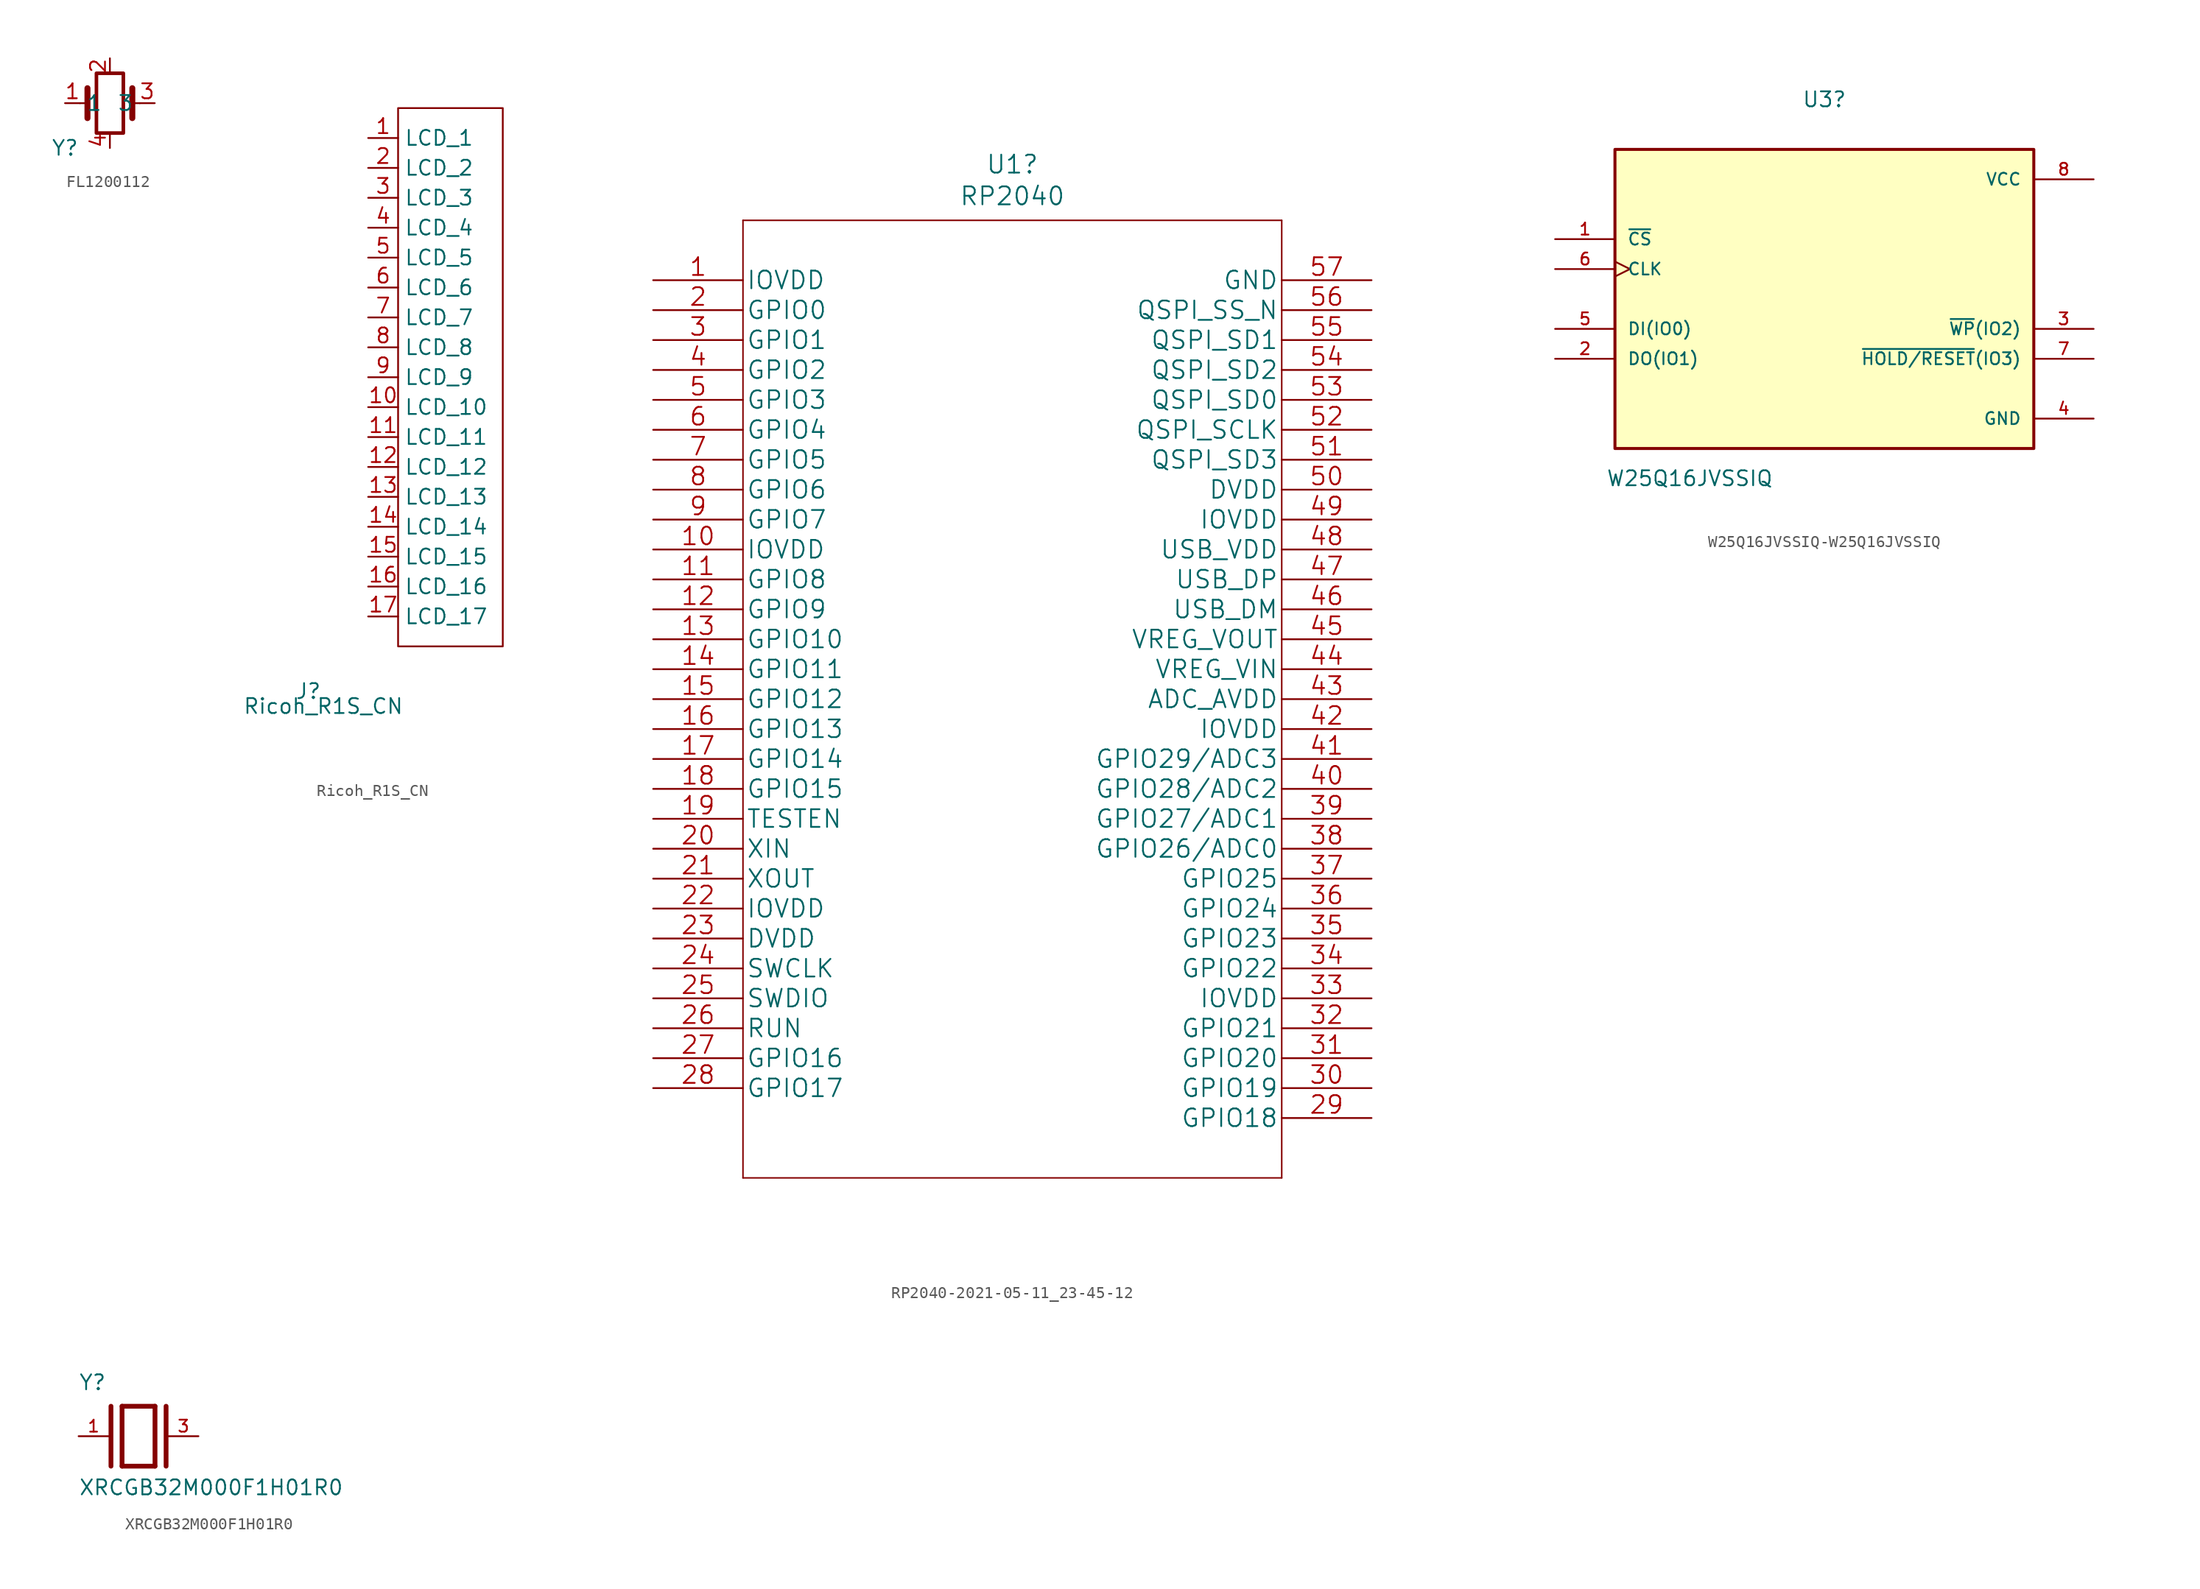
<source format=kicad_sym>
(kicad_symbol_lib
  (version 20220914)
  (generator kicad_symbol_editor)
  (symbol "FL1200112"
    (property "Reference" "Y"
      (at 0 0 0)
      (effects (font (size 1.27 1.27))))
    (property "Value" ""
      (at 0 0 0)
      (effects (font (size 1.27 1.27))))
    (symbol "FL1200112_0_1"
      (polyline (pts (xy 1.27 3.81) (xy 1.905 3.81)) (stroke (width 0) (type default)) (fill (type none)))
      (polyline (pts (xy 1.905 2.54) (xy 1.905 5.08)) (stroke (width 0.508) (type default)) (fill (type none)))
      (polyline (pts (xy 5.715 2.54) (xy 5.715 5.08)) (stroke (width 0.508) (type default)) (fill (type none)))
      (polyline (pts (xy 6.35 3.81) (xy 5.715 3.81)) (stroke (width 0) (type default)) (fill (type none)))
      (rectangle (start 2.667 6.35) (end 4.953 1.27) (stroke (width 0.305) (type default)) (fill (type none))))
    (symbol "FL1200112_1_1"
      (pin passive line (at 0 3.81 0) (length 1.27) (name "1" (effects (font (size 1.27 1.27)))) (number "1" (effects (font (size 1.27 1.27)))))
      (pin free line (at 3.81 7.62 270) (length 1.27) (name "" (effects (font (size 1.27 1.27)))) (number "2" (effects (font (size 1.27 1.27)))))
      (pin passive line (at 7.62 3.81 180) (length 1.27) (name "3" (effects (font (size 1.27 1.27)))) (number "3" (effects (font (size 1.27 1.27)))))
      (pin free line (at 3.81 0 90) (length 1.27) (name "" (effects (font (size 1.27 1.27)))) (number "4" (effects (font (size 1.27 1.27)))))))
  (symbol "Ricoh_R1S_CN"
    (property "Reference" "J"
      (at -7.62 -3.81 0)
      (effects (font (size 1.27 1.27))))
    (property "Value" "Ricoh_R1S_CN"
      (at -6.35 -5.08 0)
      (effects (font (size 1.27 1.27))))
    (symbol "Ricoh_R1S_CN_0_1"
      (rectangle (start 0 45.72) (end 8.89 0) (stroke (width 0) (type default)) (fill (type none))))
    (symbol "Ricoh_R1S_CN_1_1"
      (pin input line (at -2.54 43.18 0) (length 2.54) (name "LCD_1" (effects (font (size 1.27 1.27)))) (number "1" (effects (font (size 1.27 1.27)))))
      (pin input line (at -2.54 20.32 0) (length 2.54) (name "LCD_10" (effects (font (size 1.27 1.27)))) (number "10" (effects (font (size 1.27 1.27)))))
      (pin input line (at -2.54 17.78 0) (length 2.54) (name "LCD_11" (effects (font (size 1.27 1.27)))) (number "11" (effects (font (size 1.27 1.27)))))
      (pin input line (at -2.54 15.24 0) (length 2.54) (name "LCD_12" (effects (font (size 1.27 1.27)))) (number "12" (effects (font (size 1.27 1.27)))))
      (pin input line (at -2.54 12.7 0) (length 2.54) (name "LCD_13" (effects (font (size 1.27 1.27)))) (number "13" (effects (font (size 1.27 1.27)))))
      (pin input line (at -2.54 10.16 0) (length 2.54) (name "LCD_14" (effects (font (size 1.27 1.27)))) (number "14" (effects (font (size 1.27 1.27)))))
      (pin input line (at -2.54 7.62 0) (length 2.54) (name "LCD_15" (effects (font (size 1.27 1.27)))) (number "15" (effects (font (size 1.27 1.27)))))
      (pin input line (at -2.54 5.08 0) (length 2.54) (name "LCD_16" (effects (font (size 1.27 1.27)))) (number "16" (effects (font (size 1.27 1.27)))))
      (pin input line (at -2.54 2.54 0) (length 2.54) (name "LCD_17" (effects (font (size 1.27 1.27)))) (number "17" (effects (font (size 1.27 1.27)))))
      (pin input line (at -2.54 40.64 0) (length 2.54) (name "LCD_2" (effects (font (size 1.27 1.27)))) (number "2" (effects (font (size 1.27 1.27)))))
      (pin input line (at -2.54 38.1 0) (length 2.54) (name "LCD_3" (effects (font (size 1.27 1.27)))) (number "3" (effects (font (size 1.27 1.27)))))
      (pin input line (at -2.54 35.56 0) (length 2.54) (name "LCD_4" (effects (font (size 1.27 1.27)))) (number "4" (effects (font (size 1.27 1.27)))))
      (pin input line (at -2.54 33.02 0) (length 2.54) (name "LCD_5" (effects (font (size 1.27 1.27)))) (number "5" (effects (font (size 1.27 1.27)))))
      (pin input line (at -2.54 30.48 0) (length 2.54) (name "LCD_6" (effects (font (size 1.27 1.27)))) (number "6" (effects (font (size 1.27 1.27)))))
      (pin input line (at -2.54 27.94 0) (length 2.54) (name "LCD_7" (effects (font (size 1.27 1.27)))) (number "7" (effects (font (size 1.27 1.27)))))
      (pin input line (at -2.54 25.4 0) (length 2.54) (name "LCD_8" (effects (font (size 1.27 1.27)))) (number "8" (effects (font (size 1.27 1.27)))))
      (pin input line (at -2.54 22.86 0) (length 2.54) (name "LCD_9" (effects (font (size 1.27 1.27)))) (number "9" (effects (font (size 1.27 1.27)))))))
  (symbol "RP2040-2021-05-11_23-45-12"
    (pin_names
      (offset 0.254))
    (property "Reference" "U1"
      (at 30.48 9.83 0)
      (effects (font (size 1.524 1.524))))
    (property "Value" "RP2040"
      (at 30.48 7.137 0)
      (effects (font (size 1.524 1.524))))
    (property "Datasheet" ""
      (at 0 0 0)
      (effects (font (size 1.524 1.524))))
    (property "ki_locked" ""
      (at 0 0 0)
      (effects (font (size 1.27 1.27))))
    (symbol "RP2040-2021-05-11_23-45-12_1_1"
      (polyline (pts (xy 7.62 -76.2) (xy 53.34 -76.2)) (stroke (width 0.127) (type default)) (fill (type none)))
      (polyline (pts (xy 7.62 5.08) (xy 7.62 -76.2)) (stroke (width 0.127) (type default)) (fill (type none)))
      (polyline (pts (xy 53.34 -76.2) (xy 53.34 5.08)) (stroke (width 0.127) (type default)) (fill (type none)))
      (polyline (pts (xy 53.34 5.08) (xy 7.62 5.08)) (stroke (width 0.127) (type default)) (fill (type none)))
      (pin power_in line (at 0 0 0) (length 7.62) (name "IOVDD" (effects (font (size 1.499 1.499)))) (number "1" (effects (font (size 1.499 1.499)))))
      (pin power_in line (at 0 -22.86 0) (length 7.62) (name "IOVDD" (effects (font (size 1.499 1.499)))) (number "10" (effects (font (size 1.499 1.499)))))
      (pin bidirectional line (at 0 -25.4 0) (length 7.62) (name "GPIO8" (effects (font (size 1.499 1.499)))) (number "11" (effects (font (size 1.499 1.499)))))
      (pin bidirectional line (at 0 -27.94 0) (length 7.62) (name "GPIO9" (effects (font (size 1.499 1.499)))) (number "12" (effects (font (size 1.499 1.499)))))
      (pin bidirectional line (at 0 -30.48 0) (length 7.62) (name "GPIO10" (effects (font (size 1.499 1.499)))) (number "13" (effects (font (size 1.499 1.499)))))
      (pin bidirectional line (at 0 -33.02 0) (length 7.62) (name "GPIO11" (effects (font (size 1.499 1.499)))) (number "14" (effects (font (size 1.499 1.499)))))
      (pin bidirectional line (at 0 -35.56 0) (length 7.62) (name "GPIO12" (effects (font (size 1.499 1.499)))) (number "15" (effects (font (size 1.499 1.499)))))
      (pin bidirectional line (at 0 -38.1 0) (length 7.62) (name "GPIO13" (effects (font (size 1.499 1.499)))) (number "16" (effects (font (size 1.499 1.499)))))
      (pin bidirectional line (at 0 -40.64 0) (length 7.62) (name "GPIO14" (effects (font (size 1.499 1.499)))) (number "17" (effects (font (size 1.499 1.499)))))
      (pin bidirectional line (at 0 -43.18 0) (length 7.62) (name "GPIO15" (effects (font (size 1.499 1.499)))) (number "18" (effects (font (size 1.499 1.499)))))
      (pin unspecified line (at 0 -45.72 0) (length 7.62) (name "TESTEN" (effects (font (size 1.499 1.499)))) (number "19" (effects (font (size 1.499 1.499)))))
      (pin bidirectional line (at 0 -2.54 0) (length 7.62) (name "GPIO0" (effects (font (size 1.499 1.499)))) (number "2" (effects (font (size 1.499 1.499)))))
      (pin unspecified line (at 0 -48.26 0) (length 7.62) (name "XIN" (effects (font (size 1.499 1.499)))) (number "20" (effects (font (size 1.499 1.499)))))
      (pin output line (at 0 -50.8 0) (length 7.62) (name "XOUT" (effects (font (size 1.499 1.499)))) (number "21" (effects (font (size 1.499 1.499)))))
      (pin power_in line (at 0 -53.34 0) (length 7.62) (name "IOVDD" (effects (font (size 1.499 1.499)))) (number "22" (effects (font (size 1.499 1.499)))))
      (pin power_in line (at 0 -55.88 0) (length 7.62) (name "DVDD" (effects (font (size 1.499 1.499)))) (number "23" (effects (font (size 1.499 1.499)))))
      (pin unspecified line (at 0 -58.42 0) (length 7.62) (name "SWCLK" (effects (font (size 1.499 1.499)))) (number "24" (effects (font (size 1.499 1.499)))))
      (pin unspecified line (at 0 -60.96 0) (length 7.62) (name "SWDIO" (effects (font (size 1.499 1.499)))) (number "25" (effects (font (size 1.499 1.499)))))
      (pin unspecified line (at 0 -63.5 0) (length 7.62) (name "RUN" (effects (font (size 1.499 1.499)))) (number "26" (effects (font (size 1.499 1.499)))))
      (pin bidirectional line (at 0 -66.04 0) (length 7.62) (name "GPIO16" (effects (font (size 1.499 1.499)))) (number "27" (effects (font (size 1.499 1.499)))))
      (pin bidirectional line (at 0 -68.58 0) (length 7.62) (name "GPIO17" (effects (font (size 1.499 1.499)))) (number "28" (effects (font (size 1.499 1.499)))))
      (pin bidirectional line (at 60.96 -71.12 180) (length 7.62) (name "GPIO18" (effects (font (size 1.499 1.499)))) (number "29" (effects (font (size 1.499 1.499)))))
      (pin bidirectional line (at 0 -5.08 0) (length 7.62) (name "GPIO1" (effects (font (size 1.499 1.499)))) (number "3" (effects (font (size 1.499 1.499)))))
      (pin bidirectional line (at 60.96 -68.58 180) (length 7.62) (name "GPIO19" (effects (font (size 1.499 1.499)))) (number "30" (effects (font (size 1.499 1.499)))))
      (pin bidirectional line (at 60.96 -66.04 180) (length 7.62) (name "GPIO20" (effects (font (size 1.499 1.499)))) (number "31" (effects (font (size 1.499 1.499)))))
      (pin bidirectional line (at 60.96 -63.5 180) (length 7.62) (name "GPIO21" (effects (font (size 1.499 1.499)))) (number "32" (effects (font (size 1.499 1.499)))))
      (pin power_in line (at 60.96 -60.96 180) (length 7.62) (name "IOVDD" (effects (font (size 1.499 1.499)))) (number "33" (effects (font (size 1.499 1.499)))))
      (pin bidirectional line (at 60.96 -58.42 180) (length 7.62) (name "GPIO22" (effects (font (size 1.499 1.499)))) (number "34" (effects (font (size 1.499 1.499)))))
      (pin bidirectional line (at 60.96 -55.88 180) (length 7.62) (name "GPIO23" (effects (font (size 1.499 1.499)))) (number "35" (effects (font (size 1.499 1.499)))))
      (pin bidirectional line (at 60.96 -53.34 180) (length 7.62) (name "GPIO24" (effects (font (size 1.499 1.499)))) (number "36" (effects (font (size 1.499 1.499)))))
      (pin bidirectional line (at 60.96 -50.8 180) (length 7.62) (name "GPIO25" (effects (font (size 1.499 1.499)))) (number "37" (effects (font (size 1.499 1.499)))))
      (pin bidirectional line (at 60.96 -48.26 180) (length 7.62) (name "GPIO26/ADC0" (effects (font (size 1.499 1.499)))) (number "38" (effects (font (size 1.499 1.499)))))
      (pin bidirectional line (at 60.96 -45.72 180) (length 7.62) (name "GPIO27/ADC1" (effects (font (size 1.499 1.499)))) (number "39" (effects (font (size 1.499 1.499)))))
      (pin bidirectional line (at 0 -7.62 0) (length 7.62) (name "GPIO2" (effects (font (size 1.499 1.499)))) (number "4" (effects (font (size 1.499 1.499)))))
      (pin bidirectional line (at 60.96 -43.18 180) (length 7.62) (name "GPIO28/ADC2" (effects (font (size 1.499 1.499)))) (number "40" (effects (font (size 1.499 1.499)))))
      (pin bidirectional line (at 60.96 -40.64 180) (length 7.62) (name "GPIO29/ADC3" (effects (font (size 1.499 1.499)))) (number "41" (effects (font (size 1.499 1.499)))))
      (pin power_in line (at 60.96 -38.1 180) (length 7.62) (name "IOVDD" (effects (font (size 1.499 1.499)))) (number "42" (effects (font (size 1.499 1.499)))))
      (pin power_in line (at 60.96 -35.56 180) (length 7.62) (name "ADC_AVDD" (effects (font (size 1.499 1.499)))) (number "43" (effects (font (size 1.499 1.499)))))
      (pin unspecified line (at 60.96 -33.02 180) (length 7.62) (name "VREG_VIN" (effects (font (size 1.499 1.499)))) (number "44" (effects (font (size 1.499 1.499)))))
      (pin output line (at 60.96 -30.48 180) (length 7.62) (name "VREG_VOUT" (effects (font (size 1.499 1.499)))) (number "45" (effects (font (size 1.499 1.499)))))
      (pin unspecified line (at 60.96 -27.94 180) (length 7.62) (name "USB_DM" (effects (font (size 1.499 1.499)))) (number "46" (effects (font (size 1.499 1.499)))))
      (pin unspecified line (at 60.96 -25.4 180) (length 7.62) (name "USB_DP" (effects (font (size 1.499 1.499)))) (number "47" (effects (font (size 1.499 1.499)))))
      (pin power_in line (at 60.96 -22.86 180) (length 7.62) (name "USB_VDD" (effects (font (size 1.499 1.499)))) (number "48" (effects (font (size 1.499 1.499)))))
      (pin power_in line (at 60.96 -20.32 180) (length 7.62) (name "IOVDD" (effects (font (size 1.499 1.499)))) (number "49" (effects (font (size 1.499 1.499)))))
      (pin bidirectional line (at 0 -10.16 0) (length 7.62) (name "GPIO3" (effects (font (size 1.499 1.499)))) (number "5" (effects (font (size 1.499 1.499)))))
      (pin power_in line (at 60.96 -17.78 180) (length 7.62) (name "DVDD" (effects (font (size 1.499 1.499)))) (number "50" (effects (font (size 1.499 1.499)))))
      (pin bidirectional line (at 60.96 -15.24 180) (length 7.62) (name "QSPI_SD3" (effects (font (size 1.499 1.499)))) (number "51" (effects (font (size 1.499 1.499)))))
      (pin unspecified line (at 60.96 -12.7 180) (length 7.62) (name "QSPI_SCLK" (effects (font (size 1.499 1.499)))) (number "52" (effects (font (size 1.499 1.499)))))
      (pin bidirectional line (at 60.96 -10.16 180) (length 7.62) (name "QSPI_SD0" (effects (font (size 1.499 1.499)))) (number "53" (effects (font (size 1.499 1.499)))))
      (pin bidirectional line (at 60.96 -7.62 180) (length 7.62) (name "QSPI_SD2" (effects (font (size 1.499 1.499)))) (number "54" (effects (font (size 1.499 1.499)))))
      (pin bidirectional line (at 60.96 -5.08 180) (length 7.62) (name "QSPI_SD1" (effects (font (size 1.499 1.499)))) (number "55" (effects (font (size 1.499 1.499)))))
      (pin unspecified line (at 60.96 -2.54 180) (length 7.62) (name "QSPI_SS_N" (effects (font (size 1.499 1.499)))) (number "56" (effects (font (size 1.499 1.499)))))
      (pin power_in line (at 60.96 0 180) (length 7.62) (name "GND" (effects (font (size 1.499 1.499)))) (number "57" (effects (font (size 1.499 1.499)))))
      (pin bidirectional line (at 0 -12.7 0) (length 7.62) (name "GPIO4" (effects (font (size 1.499 1.499)))) (number "6" (effects (font (size 1.499 1.499)))))
      (pin bidirectional line (at 0 -15.24 0) (length 7.62) (name "GPIO5" (effects (font (size 1.499 1.499)))) (number "7" (effects (font (size 1.499 1.499)))))
      (pin bidirectional line (at 0 -17.78 0) (length 7.62) (name "GPIO6" (effects (font (size 1.499 1.499)))) (number "8" (effects (font (size 1.499 1.499)))))
      (pin bidirectional line (at 0 -20.32 0) (length 7.62) (name "GPIO7" (effects (font (size 1.499 1.499)))) (number "9" (effects (font (size 1.499 1.499)))))))
  (symbol "W25Q16JVSSIQ-W25Q16JVSSIQ"
    (pin_names
      (offset 1.016))
    (property "Reference" "U3"
      (at 0 16.942 0)
      (effects (font (size 1.27 1.27))))
    (property "Value" "W25Q16JVSSIQ"
      (at -11.43 -15.24 0)
      (effects (font (size 1.27 1.27))))
    (symbol "W25Q16JVSSIQ-W25Q16JVSSIQ_0_0"
      (rectangle (start -17.78 12.7) (end 17.78 -12.7) (stroke (width 0.254) (type default)) (fill (type background)))
      (pin input line (at -22.86 5.08 0) (length 5.08) (name "~{CS}" (effects (font (size 1.016 1.016)))) (number "1" (effects (font (size 1.016 1.016)))))
      (pin bidirectional line (at -22.86 -5.08 0) (length 5.08) (name "DO(IO1)" (effects (font (size 1.016 1.016)))) (number "2" (effects (font (size 1.016 1.016)))))
      (pin bidirectional line (at 22.86 -2.54 180) (length 5.08) (name "~{WP}(IO2)" (effects (font (size 1.016 1.016)))) (number "3" (effects (font (size 1.016 1.016)))))
      (pin power_in line (at 22.86 -10.16 180) (length 5.08) (name "GND" (effects (font (size 1.016 1.016)))) (number "4" (effects (font (size 1.016 1.016)))))
      (pin bidirectional line (at -22.86 -2.54 0) (length 5.08) (name "DI(IO0)" (effects (font (size 1.016 1.016)))) (number "5" (effects (font (size 1.016 1.016)))))
      (pin input clock (at -22.86 2.54 0) (length 5.08) (name "CLK" (effects (font (size 1.016 1.016)))) (number "6" (effects (font (size 1.016 1.016)))))
      (pin bidirectional line (at 22.86 -5.08 180) (length 5.08) (name "~{HOLD/RESET}(IO3)" (effects (font (size 1.016 1.016)))) (number "7" (effects (font (size 1.016 1.016)))))
      (pin power_in line (at 22.86 10.16 180) (length 5.08) (name "VCC" (effects (font (size 1.016 1.016)))) (number "8" (effects (font (size 1.016 1.016)))))))
  (symbol "XRCGB32M000F1H01R0"
    (pin_names
      (offset 1.016))
    (property "Reference" "Y"
      (at -5.088 3.816 0)
      (effects (font (size 1.27 1.27)) (justify left bottom)))
    (property "Value" "XRCGB32M000F1H01R0"
      (at -5.094 -5.094 0)
      (effects (font (size 1.27 1.27)) (justify left bottom)))
    (symbol "XRCGB32M000F1H01R0_0_0"
      (polyline (pts (xy -2.337 2.54) (xy -2.337 -2.54)) (stroke (width 0.406) (type default)) (fill (type none)))
      (polyline (pts (xy -1.397 2.54) (xy -1.397 -2.54)) (stroke (width 0.406) (type default)) (fill (type none)))
      (polyline (pts (xy -1.397 2.54) (xy 1.397 2.54)) (stroke (width 0.406) (type default)) (fill (type none)))
      (polyline (pts (xy 1.397 -2.54) (xy -1.397 -2.54)) (stroke (width 0.406) (type default)) (fill (type none)))
      (polyline (pts (xy 1.397 2.54) (xy 1.397 -2.54)) (stroke (width 0.406) (type default)) (fill (type none)))
      (polyline (pts (xy 2.337 2.54) (xy 2.337 -2.54)) (stroke (width 0.406) (type default)) (fill (type none)))
      (pin passive line (at -5.08 0 0) (length 2.54) (name "~" (effects (font (size 1.016 1.016)))) (number "1" (effects (font (size 1.016 1.016)))))
      (pin passive line (at 5.08 0 180) (length 2.54) (name "~" (effects (font (size 1.016 1.016)))) (number "3" (effects (font (size 1.016 1.016))))))))
</source>
